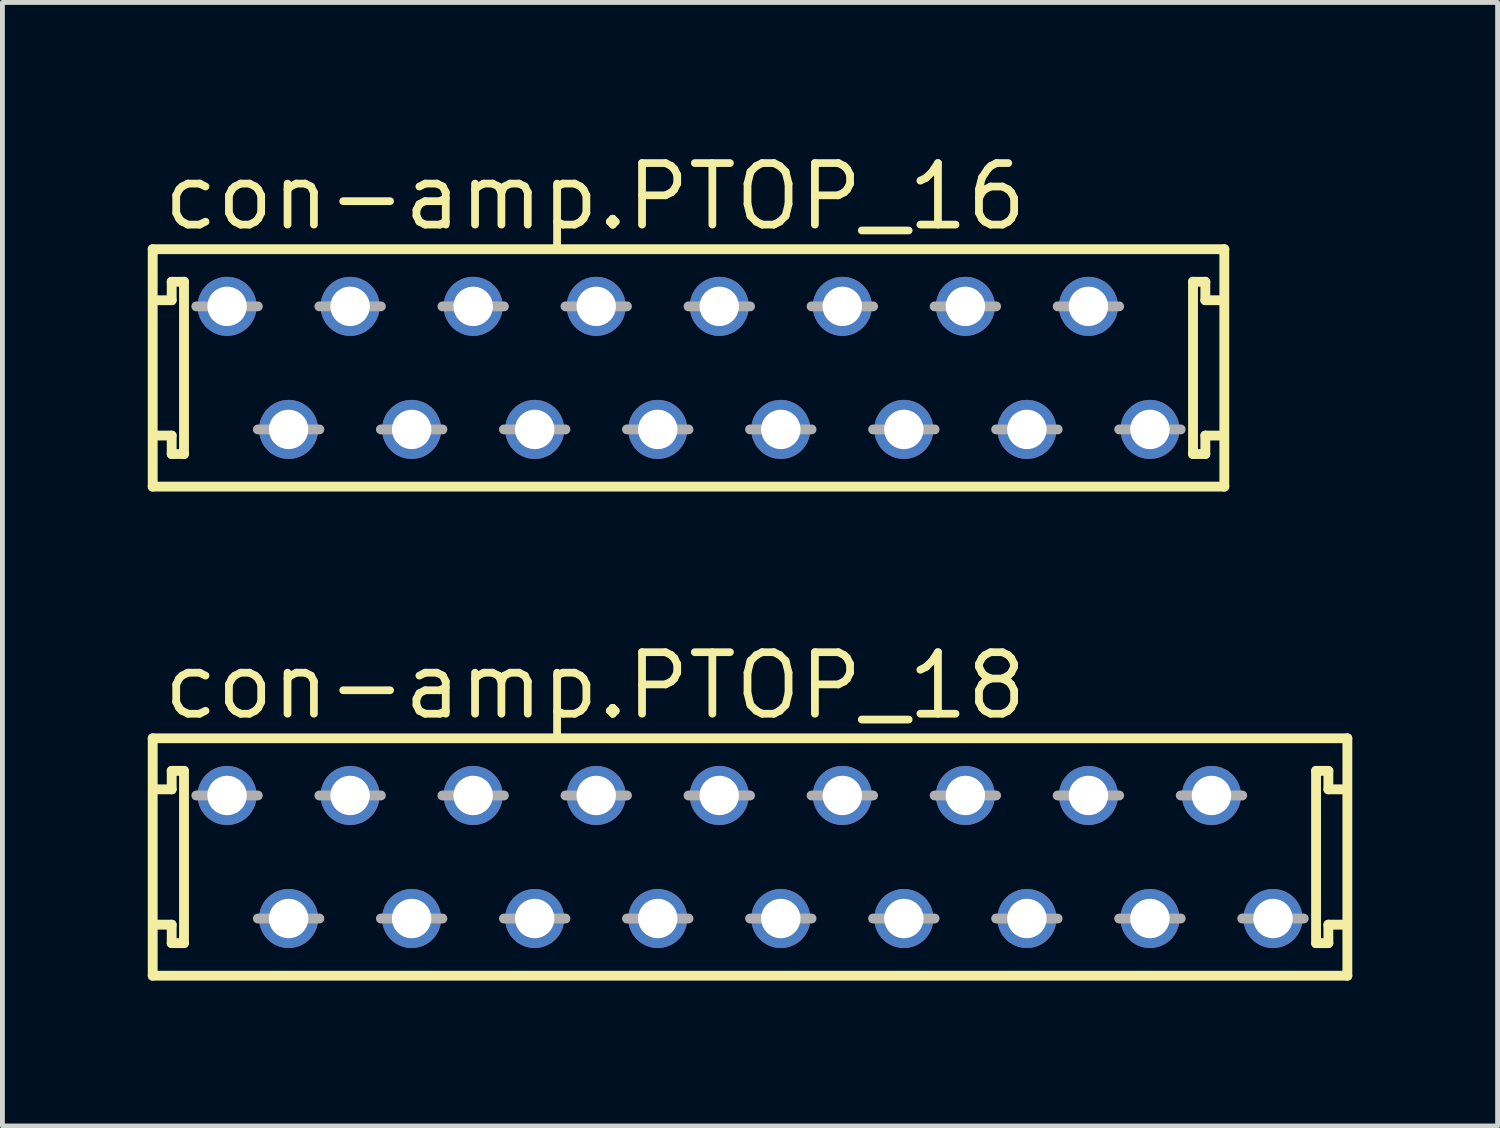
<source format=kicad_pcb>
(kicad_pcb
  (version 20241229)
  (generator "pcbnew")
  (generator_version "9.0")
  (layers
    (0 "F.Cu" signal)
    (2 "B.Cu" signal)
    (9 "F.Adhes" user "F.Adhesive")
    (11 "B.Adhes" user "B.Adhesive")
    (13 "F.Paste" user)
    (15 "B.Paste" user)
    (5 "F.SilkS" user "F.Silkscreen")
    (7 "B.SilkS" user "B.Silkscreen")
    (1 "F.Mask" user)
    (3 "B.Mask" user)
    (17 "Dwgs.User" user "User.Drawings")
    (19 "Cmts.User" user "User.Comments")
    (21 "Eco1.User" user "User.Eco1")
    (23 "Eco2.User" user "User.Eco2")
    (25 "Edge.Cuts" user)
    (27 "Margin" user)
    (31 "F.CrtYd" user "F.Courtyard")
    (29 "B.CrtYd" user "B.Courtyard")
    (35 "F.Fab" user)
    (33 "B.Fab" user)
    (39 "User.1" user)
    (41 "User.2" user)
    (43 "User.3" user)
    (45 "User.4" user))
  (footprint "con-amp.PTOP_18"
    (layer "F.Cu")
    (at 12.432 14.64)
    (property "Reference" "con-amp.PTOP_18" (at -12.192 -2.794 0) (layer "F.SilkS") (effects (font (size 1.27 1.27) (thickness 0.16)) (justify left bottom)))
    (attr through_hole)
    (fp_line (start -12.33 -2.45) (end 12.33 -2.45) (stroke (width 0.203) (type default)) (layer "F.SilkS"))
    (fp_line (start -12.33 2.45) (end -12.33 -2.45) (stroke (width 0.203) (type default)) (layer "F.SilkS"))
    (fp_line (start -11.938 -1.778) (end -11.938 -1.397) (stroke (width 0.203) (type default)) (layer "F.SilkS"))
    (fp_line (start -11.938 -1.397) (end -12.319 -1.397) (stroke (width 0.203) (type default)) (layer "F.SilkS"))
    (fp_line (start -11.938 1.397) (end -12.319 1.397) (stroke (width 0.203) (type default)) (layer "F.SilkS"))
    (fp_line (start -11.938 1.778) (end -11.938 1.397) (stroke (width 0.203) (type default)) (layer "F.SilkS"))
    (fp_line (start -11.684 -1.778) (end -11.938 -1.778) (stroke (width 0.203) (type default)) (layer "F.SilkS"))
    (fp_line (start -11.684 1.778) (end -11.938 1.778) (stroke (width 0.203) (type default)) (layer "F.SilkS"))
    (fp_line (start -11.684 1.778) (end -11.684 -1.778) (stroke (width 0.203) (type default)) (layer "F.SilkS"))
    (fp_line (start 11.684 -1.778) (end 11.684 1.778) (stroke (width 0.203) (type default)) (layer "F.SilkS"))
    (fp_line (start 11.684 -1.778) (end 11.938 -1.778) (stroke (width 0.203) (type default)) (layer "F.SilkS"))
    (fp_line (start 11.684 1.778) (end 11.938 1.778) (stroke (width 0.203) (type default)) (layer "F.SilkS"))
    (fp_line (start 11.938 -1.778) (end 11.938 -1.397) (stroke (width 0.203) (type default)) (layer "F.SilkS"))
    (fp_line (start 11.938 -1.397) (end 12.319 -1.397) (stroke (width 0.203) (type default)) (layer "F.SilkS"))
    (fp_line (start 11.938 1.397) (end 12.319 1.397) (stroke (width 0.203) (type default)) (layer "F.SilkS"))
    (fp_line (start 11.938 1.778) (end 11.938 1.397) (stroke (width 0.203) (type default)) (layer "F.SilkS"))
    (fp_line (start 12.33 -2.45) (end 12.33 2.45) (stroke (width 0.203) (type default)) (layer "F.SilkS"))
    (fp_line (start 12.33 2.45) (end -12.33 2.45) (stroke (width 0.203) (type default)) (layer "F.SilkS"))
    (fp_line (start -11.43 -1.27) (end -10.16 -1.27) (stroke (width 0.203) (type default)) (layer "F.Fab"))
    (fp_line (start -10.16 1.27) (end -8.89 1.27) (stroke (width 0.203) (type default)) (layer "F.Fab"))
    (fp_line (start -8.89 -1.27) (end -7.62 -1.27) (stroke (width 0.203) (type default)) (layer "F.Fab"))
    (fp_line (start -7.62 1.27) (end -6.35 1.27) (stroke (width 0.203) (type default)) (layer "F.Fab"))
    (fp_line (start -6.35 -1.27) (end -5.08 -1.27) (stroke (width 0.203) (type default)) (layer "F.Fab"))
    (fp_line (start -5.08 1.27) (end -3.81 1.27) (stroke (width 0.203) (type default)) (layer "F.Fab"))
    (fp_line (start -3.81 -1.27) (end -2.54 -1.27) (stroke (width 0.203) (type default)) (layer "F.Fab"))
    (fp_line (start -2.54 1.27) (end -1.27 1.27) (stroke (width 0.203) (type default)) (layer "F.Fab"))
    (fp_line (start -1.27 -1.27) (end 0 -1.27) (stroke (width 0.203) (type default)) (layer "F.Fab"))
    (fp_line (start 0 1.27) (end 1.27 1.27) (stroke (width 0.203) (type default)) (layer "F.Fab"))
    (fp_line (start 1.27 -1.27) (end 2.54 -1.27) (stroke (width 0.203) (type default)) (layer "F.Fab"))
    (fp_line (start 2.54 1.27) (end 3.81 1.27) (stroke (width 0.203) (type default)) (layer "F.Fab"))
    (fp_line (start 3.81 -1.27) (end 5.08 -1.27) (stroke (width 0.203) (type default)) (layer "F.Fab"))
    (fp_line (start 5.08 1.27) (end 6.35 1.27) (stroke (width 0.203) (type default)) (layer "F.Fab"))
    (fp_line (start 6.35 -1.27) (end 7.62 -1.27) (stroke (width 0.203) (type default)) (layer "F.Fab"))
    (fp_line (start 7.62 1.27) (end 8.89 1.27) (stroke (width 0.203) (type default)) (layer "F.Fab"))
    (fp_line (start 8.89 -1.27) (end 10.16 -1.27) (stroke (width 0.203) (type default)) (layer "F.Fab"))
    (fp_line (start 10.16 1.27) (end 11.43 1.27) (stroke (width 0.203) (type default)) (layer "F.Fab"))
    (pad "1" thru_hole circle (at -10.795 -1.27) (size 1.219 1.219) (drill 0.813) (layers "*.Cu" "*.Mask"))
    (pad "2" thru_hole circle (at -9.525 1.27) (size 1.219 1.219) (drill 0.813) (layers "*.Cu" "*.Mask"))
    (pad "3" thru_hole circle (at -8.255 -1.27) (size 1.219 1.219) (drill 0.813) (layers "*.Cu" "*.Mask"))
    (pad "4" thru_hole circle (at -6.985 1.27) (size 1.219 1.219) (drill 0.813) (layers "*.Cu" "*.Mask"))
    (pad "5" thru_hole circle (at -5.715 -1.27) (size 1.219 1.219) (drill 0.813) (layers "*.Cu" "*.Mask"))
    (pad "6" thru_hole circle (at -4.445 1.27) (size 1.219 1.219) (drill 0.813) (layers "*.Cu" "*.Mask"))
    (pad "7" thru_hole circle (at -3.175 -1.27) (size 1.219 1.219) (drill 0.813) (layers "*.Cu" "*.Mask"))
    (pad "8" thru_hole circle (at -1.905 1.27) (size 1.219 1.219) (drill 0.813) (layers "*.Cu" "*.Mask"))
    (pad "9" thru_hole circle (at -0.635 -1.27) (size 1.219 1.219) (drill 0.813) (layers "*.Cu" "*.Mask"))
    (pad "10" thru_hole circle (at 0.635 1.27) (size 1.219 1.219) (drill 0.813) (layers "*.Cu" "*.Mask"))
    (pad "11" thru_hole circle (at 1.905 -1.27) (size 1.219 1.219) (drill 0.813) (layers "*.Cu" "*.Mask"))
    (pad "12" thru_hole circle (at 3.175 1.27) (size 1.219 1.219) (drill 0.813) (layers "*.Cu" "*.Mask"))
    (pad "13" thru_hole circle (at 4.445 -1.27) (size 1.219 1.219) (drill 0.813) (layers "*.Cu" "*.Mask"))
    (pad "14" thru_hole circle (at 5.715 1.27) (size 1.219 1.219) (drill 0.813) (layers "*.Cu" "*.Mask"))
    (pad "15" thru_hole circle (at 6.985 -1.27) (size 1.219 1.219) (drill 0.813) (layers "*.Cu" "*.Mask"))
    (pad "16" thru_hole circle (at 8.255 1.27) (size 1.219 1.219) (drill 0.813) (layers "*.Cu" "*.Mask"))
    (pad "17" thru_hole circle (at 9.525 -1.27) (size 1.219 1.219) (drill 0.813) (layers "*.Cu" "*.Mask"))
    (pad "18" thru_hole circle (at 10.795 1.27) (size 1.219 1.219) (drill 0.813) (layers "*.Cu" "*.Mask")))
  (footprint "con-amp.PTOP_16"
    (layer "F.Cu")
    (at 11.162 4.544)
    (property "Reference" "con-amp.PTOP_16" (at -10.922 -2.794 0) (layer "F.SilkS") (effects (font (size 1.27 1.27) (thickness 0.16)) (justify left bottom)))
    (attr through_hole)
    (fp_line (start -11.06 -2.45) (end 11.06 -2.45) (stroke (width 0.203) (type default)) (layer "F.SilkS"))
    (fp_line (start -11.06 2.45) (end -11.06 -2.45) (stroke (width 0.203) (type default)) (layer "F.SilkS"))
    (fp_line (start -10.668 -1.778) (end -10.668 -1.397) (stroke (width 0.203) (type default)) (layer "F.SilkS"))
    (fp_line (start -10.668 -1.397) (end -11.049 -1.397) (stroke (width 0.203) (type default)) (layer "F.SilkS"))
    (fp_line (start -10.668 1.397) (end -11.049 1.397) (stroke (width 0.203) (type default)) (layer "F.SilkS"))
    (fp_line (start -10.668 1.778) (end -10.668 1.397) (stroke (width 0.203) (type default)) (layer "F.SilkS"))
    (fp_line (start -10.414 -1.778) (end -10.668 -1.778) (stroke (width 0.203) (type default)) (layer "F.SilkS"))
    (fp_line (start -10.414 1.778) (end -10.668 1.778) (stroke (width 0.203) (type default)) (layer "F.SilkS"))
    (fp_line (start -10.414 1.778) (end -10.414 -1.778) (stroke (width 0.203) (type default)) (layer "F.SilkS"))
    (fp_line (start 10.414 -1.778) (end 10.414 1.778) (stroke (width 0.203) (type default)) (layer "F.SilkS"))
    (fp_line (start 10.414 -1.778) (end 10.668 -1.778) (stroke (width 0.203) (type default)) (layer "F.SilkS"))
    (fp_line (start 10.414 1.778) (end 10.668 1.778) (stroke (width 0.203) (type default)) (layer "F.SilkS"))
    (fp_line (start 10.668 -1.778) (end 10.668 -1.397) (stroke (width 0.203) (type default)) (layer "F.SilkS"))
    (fp_line (start 10.668 -1.397) (end 11.049 -1.397) (stroke (width 0.203) (type default)) (layer "F.SilkS"))
    (fp_line (start 10.668 1.397) (end 11.049 1.397) (stroke (width 0.203) (type default)) (layer "F.SilkS"))
    (fp_line (start 10.668 1.778) (end 10.668 1.397) (stroke (width 0.203) (type default)) (layer "F.SilkS"))
    (fp_line (start 11.06 -2.45) (end 11.06 2.45) (stroke (width 0.203) (type default)) (layer "F.SilkS"))
    (fp_line (start 11.06 2.45) (end -11.06 2.45) (stroke (width 0.203) (type default)) (layer "F.SilkS"))
    (fp_line (start -10.16 -1.27) (end -8.89 -1.27) (stroke (width 0.203) (type default)) (layer "F.Fab"))
    (fp_line (start -8.89 1.27) (end -7.62 1.27) (stroke (width 0.203) (type default)) (layer "F.Fab"))
    (fp_line (start -7.62 -1.27) (end -6.35 -1.27) (stroke (width 0.203) (type default)) (layer "F.Fab"))
    (fp_line (start -6.35 1.27) (end -5.08 1.27) (stroke (width 0.203) (type default)) (layer "F.Fab"))
    (fp_line (start -5.08 -1.27) (end -3.81 -1.27) (stroke (width 0.203) (type default)) (layer "F.Fab"))
    (fp_line (start -3.81 1.27) (end -2.54 1.27) (stroke (width 0.203) (type default)) (layer "F.Fab"))
    (fp_line (start -2.54 -1.27) (end -1.27 -1.27) (stroke (width 0.203) (type default)) (layer "F.Fab"))
    (fp_line (start -1.27 1.27) (end 0 1.27) (stroke (width 0.203) (type default)) (layer "F.Fab"))
    (fp_line (start 0 -1.27) (end 1.27 -1.27) (stroke (width 0.203) (type default)) (layer "F.Fab"))
    (fp_line (start 1.27 1.27) (end 2.54 1.27) (stroke (width 0.203) (type default)) (layer "F.Fab"))
    (fp_line (start 2.54 -1.27) (end 3.81 -1.27) (stroke (width 0.203) (type default)) (layer "F.Fab"))
    (fp_line (start 3.81 1.27) (end 5.08 1.27) (stroke (width 0.203) (type default)) (layer "F.Fab"))
    (fp_line (start 5.08 -1.27) (end 6.35 -1.27) (stroke (width 0.203) (type default)) (layer "F.Fab"))
    (fp_line (start 6.35 1.27) (end 7.62 1.27) (stroke (width 0.203) (type default)) (layer "F.Fab"))
    (fp_line (start 7.62 -1.27) (end 8.89 -1.27) (stroke (width 0.203) (type default)) (layer "F.Fab"))
    (fp_line (start 8.89 1.27) (end 10.16 1.27) (stroke (width 0.203) (type default)) (layer "F.Fab"))
    (pad "1" thru_hole circle (at -9.525 -1.27) (size 1.219 1.219) (drill 0.813) (layers "*.Cu" "*.Mask"))
    (pad "2" thru_hole circle (at -8.255 1.27) (size 1.219 1.219) (drill 0.813) (layers "*.Cu" "*.Mask"))
    (pad "3" thru_hole circle (at -6.985 -1.27) (size 1.219 1.219) (drill 0.813) (layers "*.Cu" "*.Mask"))
    (pad "4" thru_hole circle (at -5.715 1.27) (size 1.219 1.219) (drill 0.813) (layers "*.Cu" "*.Mask"))
    (pad "5" thru_hole circle (at -4.445 -1.27) (size 1.219 1.219) (drill 0.813) (layers "*.Cu" "*.Mask"))
    (pad "6" thru_hole circle (at -3.175 1.27) (size 1.219 1.219) (drill 0.813) (layers "*.Cu" "*.Mask"))
    (pad "7" thru_hole circle (at -1.905 -1.27) (size 1.219 1.219) (drill 0.813) (layers "*.Cu" "*.Mask"))
    (pad "8" thru_hole circle (at -0.635 1.27) (size 1.219 1.219) (drill 0.813) (layers "*.Cu" "*.Mask"))
    (pad "9" thru_hole circle (at 0.635 -1.27) (size 1.219 1.219) (drill 0.813) (layers "*.Cu" "*.Mask"))
    (pad "10" thru_hole circle (at 1.905 1.27) (size 1.219 1.219) (drill 0.813) (layers "*.Cu" "*.Mask"))
    (pad "11" thru_hole circle (at 3.175 -1.27) (size 1.219 1.219) (drill 0.813) (layers "*.Cu" "*.Mask"))
    (pad "12" thru_hole circle (at 4.445 1.27) (size 1.219 1.219) (drill 0.813) (layers "*.Cu" "*.Mask"))
    (pad "13" thru_hole circle (at 5.715 -1.27) (size 1.219 1.219) (drill 0.813) (layers "*.Cu" "*.Mask"))
    (pad "14" thru_hole circle (at 6.985 1.27) (size 1.219 1.219) (drill 0.813) (layers "*.Cu" "*.Mask"))
    (pad "15" thru_hole circle (at 8.255 -1.27) (size 1.219 1.219) (drill 0.813) (layers "*.Cu" "*.Mask"))
    (pad "16" thru_hole circle (at 9.525 1.27) (size 1.219 1.219) (drill 0.813) (layers "*.Cu" "*.Mask")))
  (gr_rect
    (start -3 -3)
    (end 27.863 20.191)
    (stroke (width 0.1) (type default))
    (fill no)
    (layer "Edge.Cuts")))
</source>
